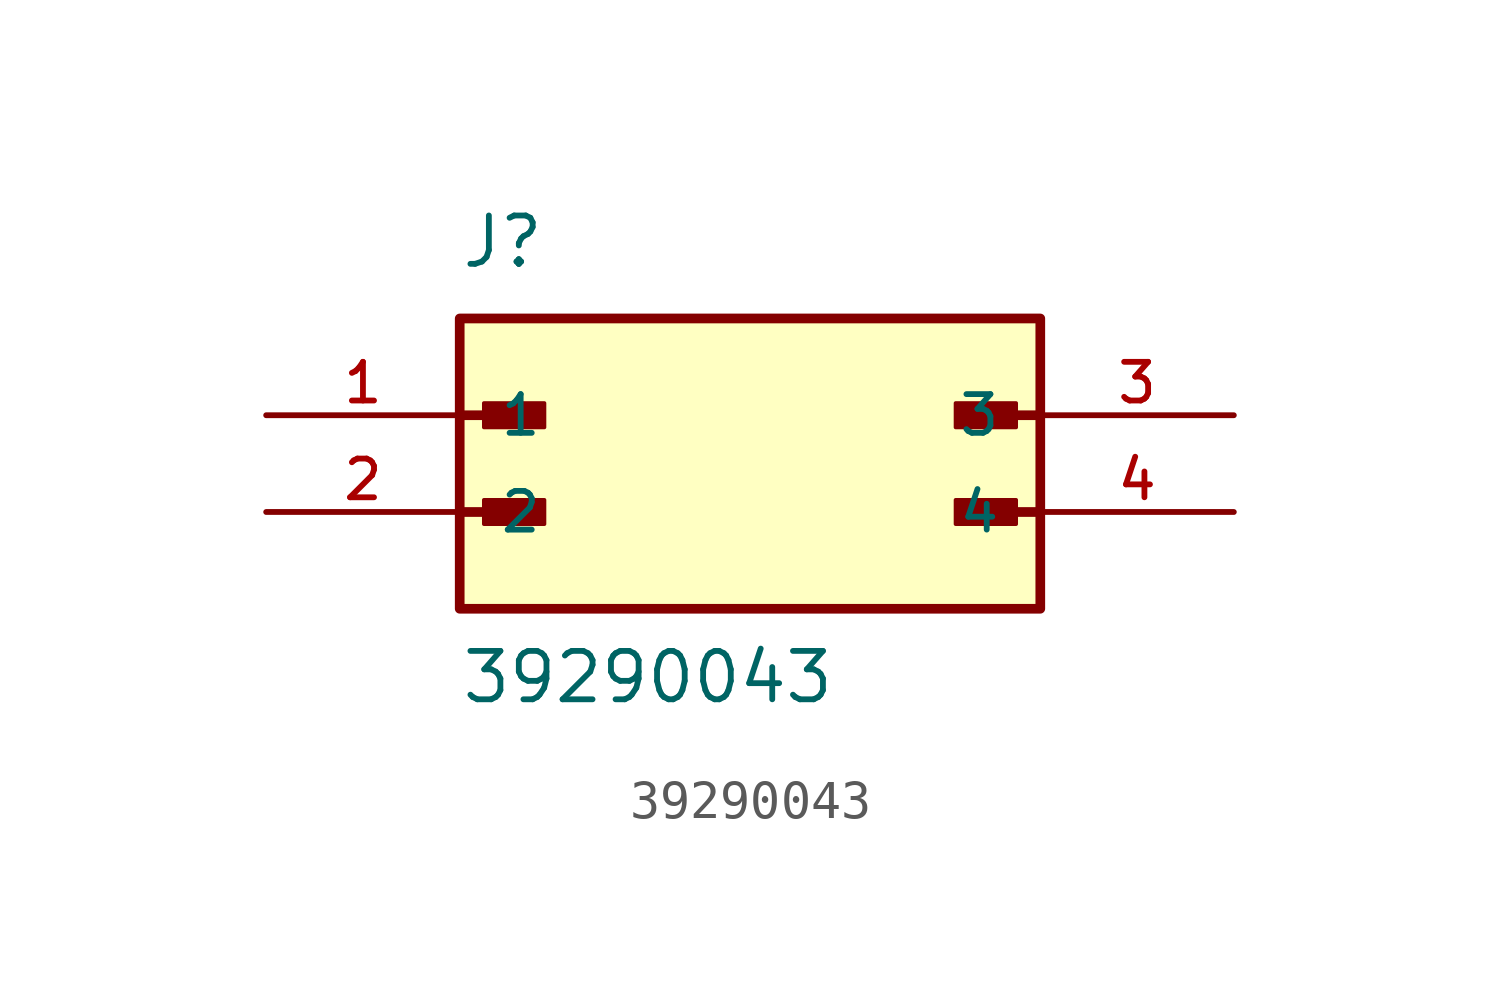
<source format=kicad_sym>
(kicad_symbol_lib
  (version 20211014)
  (generator kicad_symbol_editor)
  (symbol "39290043"
    (pin_names
      (offset 1.016))
    (property "Reference" "J"
      (at -7.62 3.81 0)
      (effects (font (size 1.27 1.27)) (justify bottom left)))
    (property "Value" "39290043"
      (at -7.62 -7.62 0)
      (effects (font (size 1.27 1.27)) (justify bottom left)))
    (symbol "39290043_0_0"
      (polyline (pts (xy -7.62 0.0) (xy -5.715 0.0)) (stroke (width 0.254)))
      (rectangle (start -6.985 -0.318) (end -5.397 0.318) (stroke (width 0.1)) (fill (type outline)))
      (polyline (pts (xy -7.62 -2.54) (xy -5.715 -2.54)) (stroke (width 0.254)))
      (rectangle (start -6.985 -2.857) (end -5.397 -2.223) (stroke (width 0.1)) (fill (type outline)))
      (polyline (pts (xy 7.62 -2.54) (xy 5.715 -2.54)) (stroke (width 0.254)))
      (rectangle (start 5.397 -2.857) (end 6.985 -2.223) (stroke (width 0.1)) (fill (type outline)))
      (polyline (pts (xy 7.62 0.0) (xy 5.715 0.0)) (stroke (width 0.254)))
      (rectangle (start 5.397 -0.318) (end 6.985 0.318) (stroke (width 0.1)) (fill (type outline)))
      (rectangle (start -7.62 -5.08) (end 7.62 2.54) (stroke (width 0.254)) (fill (type background)))
      (pin passive line (at -12.7 0.0 0) (length 5.08) (name "1" (effects (font (size 1.016 1.016)))) (number "1" (effects (font (size 1.016 1.016)))))
      (pin passive line (at -12.7 -2.54 0) (length 5.08) (name "2" (effects (font (size 1.016 1.016)))) (number "2" (effects (font (size 1.016 1.016)))))
      (pin passive line (at 12.7 0.0 180.0) (length 5.08) (name "3" (effects (font (size 1.016 1.016)))) (number "3" (effects (font (size 1.016 1.016)))))
      (pin passive line (at 12.7 -2.54 180.0) (length 5.08) (name "4" (effects (font (size 1.016 1.016)))) (number "4" (effects (font (size 1.016 1.016))))))))
</source>
